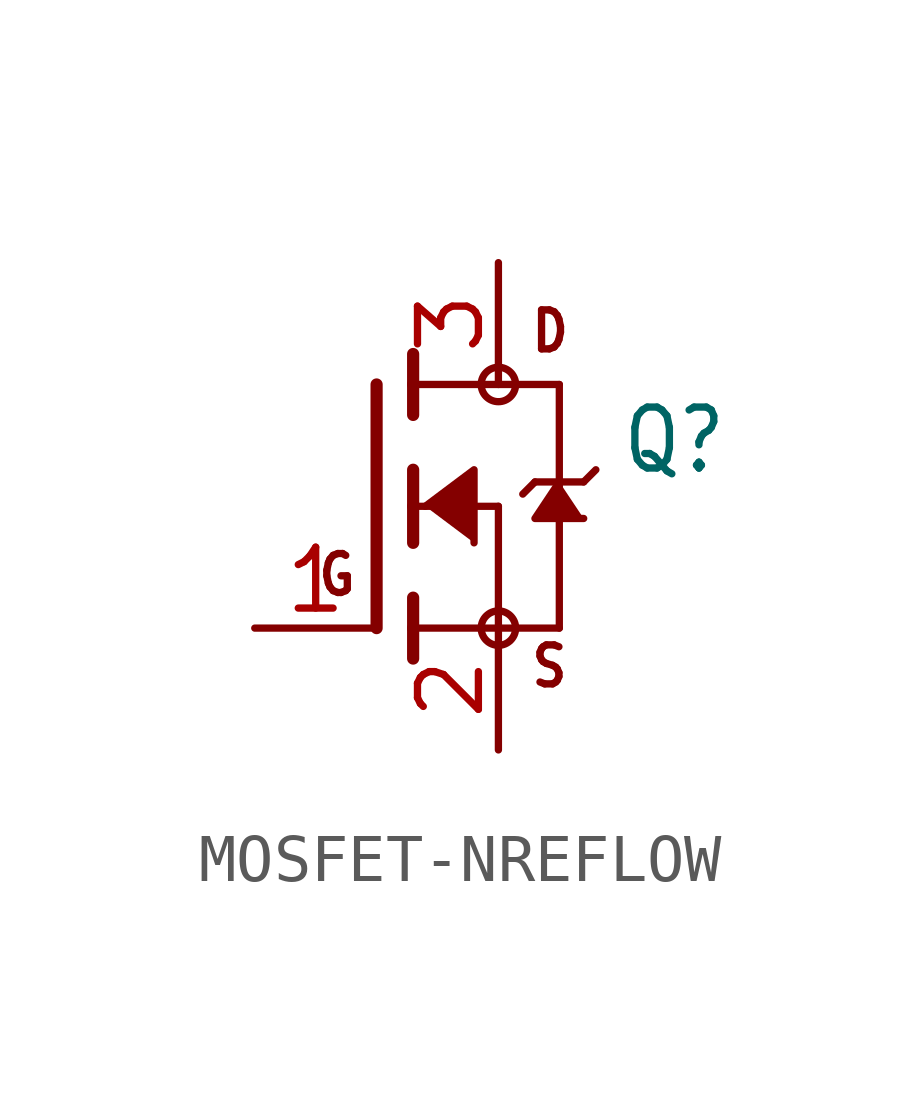
<source format=kicad_sym>
(kicad_symbol_lib
  (version 20220914)
  (generator kicad_symbol_editor)
  (symbol "MOSFET-NREFLOW"
    (property "Reference" "Q"
      (at 5.08 0.635 0)
      (effects (font (size 1.27 1.079)) (justify left bottom)))
    (property "Value" ""
      (at 5.08 -1.27 0)
      (effects (font (size 1.27 1.079)) (justify left bottom)))
    (property "ki_locked" ""
      (at 0 0 0)
      (effects (font (size 1.27 1.27))))
    (symbol "MOSFET-NREFLOW_1_0"
      (polyline (pts (xy 0 2.54) (xy 0 -2.54)) (stroke (width 0.254) (type solid)) (fill (type none)))
      (polyline (pts (xy 0.762 -2.54) (xy 0.762 -3.175)) (stroke (width 0.254) (type solid)) (fill (type none)))
      (polyline (pts (xy 0.762 -1.905) (xy 0.762 -2.54)) (stroke (width 0.254) (type solid)) (fill (type none)))
      (polyline (pts (xy 0.762 0) (xy 0.762 -0.762)) (stroke (width 0.254) (type solid)) (fill (type none)))
      (polyline (pts (xy 0.762 0) (xy 2.54 0)) (stroke (width 0.152) (type solid)) (fill (type none)))
      (polyline (pts (xy 0.762 0.762) (xy 0.762 0)) (stroke (width 0.254) (type solid)) (fill (type none)))
      (polyline (pts (xy 0.762 2.54) (xy 0.762 1.905)) (stroke (width 0.254) (type solid)) (fill (type none)))
      (polyline (pts (xy 0.762 2.54) (xy 3.81 2.54)) (stroke (width 0.152) (type solid)) (fill (type none)))
      (polyline (pts (xy 0.762 3.175) (xy 0.762 2.54)) (stroke (width 0.254) (type solid)) (fill (type none)))
      (polyline (pts (xy 2.54 -2.54) (xy 0.762 -2.54)) (stroke (width 0.152) (type solid)) (fill (type none)))
      (polyline (pts (xy 2.54 -2.54) (xy 3.81 -2.54)) (stroke (width 0.152) (type solid)) (fill (type none)))
      (polyline (pts (xy 2.54 0) (xy 2.54 -2.54)) (stroke (width 0.152) (type solid)) (fill (type none)))
      (polyline (pts (xy 3.302 0.508) (xy 3.048 0.254)) (stroke (width 0.152) (type solid)) (fill (type none)))
      (polyline (pts (xy 3.81 0.508) (xy 3.302 0.508)) (stroke (width 0.152) (type solid)) (fill (type none)))
      (polyline (pts (xy 3.81 0.508) (xy 3.81 -2.54)) (stroke (width 0.152) (type solid)) (fill (type none)))
      (polyline (pts (xy 3.81 2.54) (xy 3.81 0.508)) (stroke (width 0.152) (type solid)) (fill (type none)))
      (polyline (pts (xy 4.318 0.508) (xy 3.81 0.508)) (stroke (width 0.152) (type solid)) (fill (type none)))
      (polyline (pts (xy 4.572 0.762) (xy 4.318 0.508)) (stroke (width 0.152) (type solid)) (fill (type none)))
      (polyline (pts (xy 1.016 0) (xy 2.032 0.762) (xy 2.032 -0.762)) (stroke (width 0) (type default)) (fill (type outline)))
      (polyline (pts (xy 3.81 0.508) (xy 3.302 -0.254) (xy 4.318 -0.254)) (stroke (width 0) (type default)) (fill (type outline)))
      (circle (center 2.54 -2.54) (radius 0.359) (stroke (width 0) (type solid)) (fill (type none)))
      (circle (center 2.54 2.54) (radius 0.359) (stroke (width 0) (type solid)) (fill (type none)))
      (text "D" (at 3.175 3.175 0) (effects (font (size 0.813 0.691)) (justify left bottom)))
      (text "G" (at -1.27 -1.905 0) (effects (font (size 0.813 0.691)) (justify left bottom)))
      (text "S" (at 3.175 -3.81 0) (effects (font (size 0.813 0.691)) (justify left bottom)))
      (pin bidirectional line (at -2.54 -2.54 0) (length 2.54) (name "G" (effects (font (size 0 0)))) (number "1" (effects (font (size 1.27 1.27)))))
      (pin bidirectional line (at 2.54 -5.08 90) (length 2.54) (name "S" (effects (font (size 0 0)))) (number "2" (effects (font (size 1.27 1.27)))))
      (pin bidirectional line (at 2.54 5.08 270) (length 2.54) (name "D" (effects (font (size 0 0)))) (number "3" (effects (font (size 1.27 1.27))))))))
</source>
